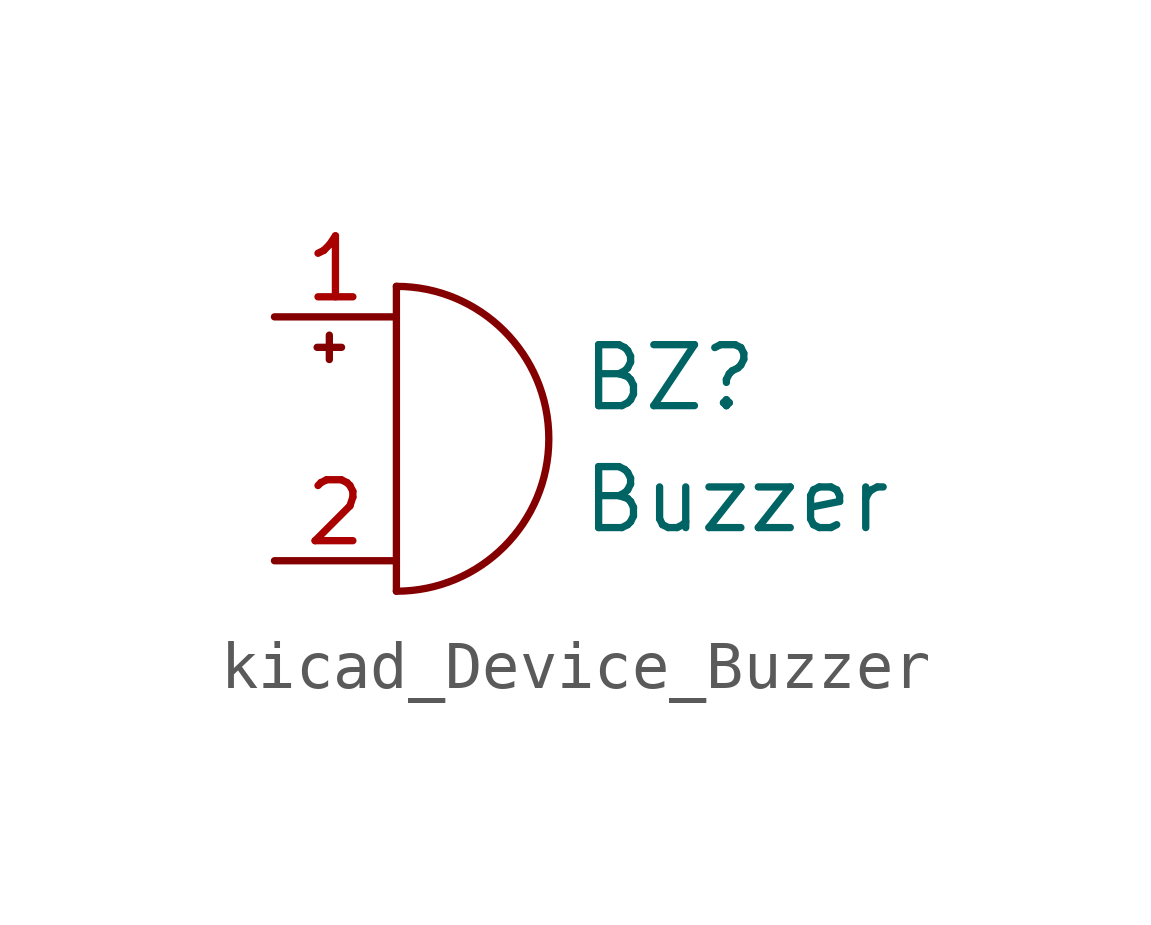
<source format=kicad_sym>
(kicad_symbol_lib
  (version 20220914)
  (generator kicad_symbol_editor)
  (symbol "kicad_Device_Buzzer"
    (pin_names
      (offset 0.025) hide)
    (property "Reference" "BZ"
      (at 3.81 1.27 0)
      (effects (font (size 1.27 1.27)) (justify left)))
    (property "Value" "Buzzer"
      (at 3.81 -1.27 0)
      (effects (font (size 1.27 1.27)) (justify left)))
    (symbol "kicad_Device_Buzzer_0_1"
      (arc (start 0 -3.175) (mid 3.1612 0) (end 0 3.175) (stroke (width 0) (type default)) (fill (type none)))
      (polyline (pts (xy -1.651 1.905) (xy -1.143 1.905)) (stroke (width 0) (type default)) (fill (type none)))
      (polyline (pts (xy -1.397 2.159) (xy -1.397 1.651)) (stroke (width 0) (type default)) (fill (type none)))
      (polyline (pts (xy 0 3.175) (xy 0 -3.175)) (stroke (width 0) (type default)) (fill (type none))))
    (symbol "kicad_Device_Buzzer_1_1"
      (pin passive line (at -2.54 2.54 0) (length 2.54) (name "-" (effects (font (size 1.27 1.27)))) (number "1" (effects (font (size 1.27 1.27)))))
      (pin passive line (at -2.54 -2.54 0) (length 2.54) (name "+" (effects (font (size 1.27 1.27)))) (number "2" (effects (font (size 1.27 1.27))))))))
</source>
